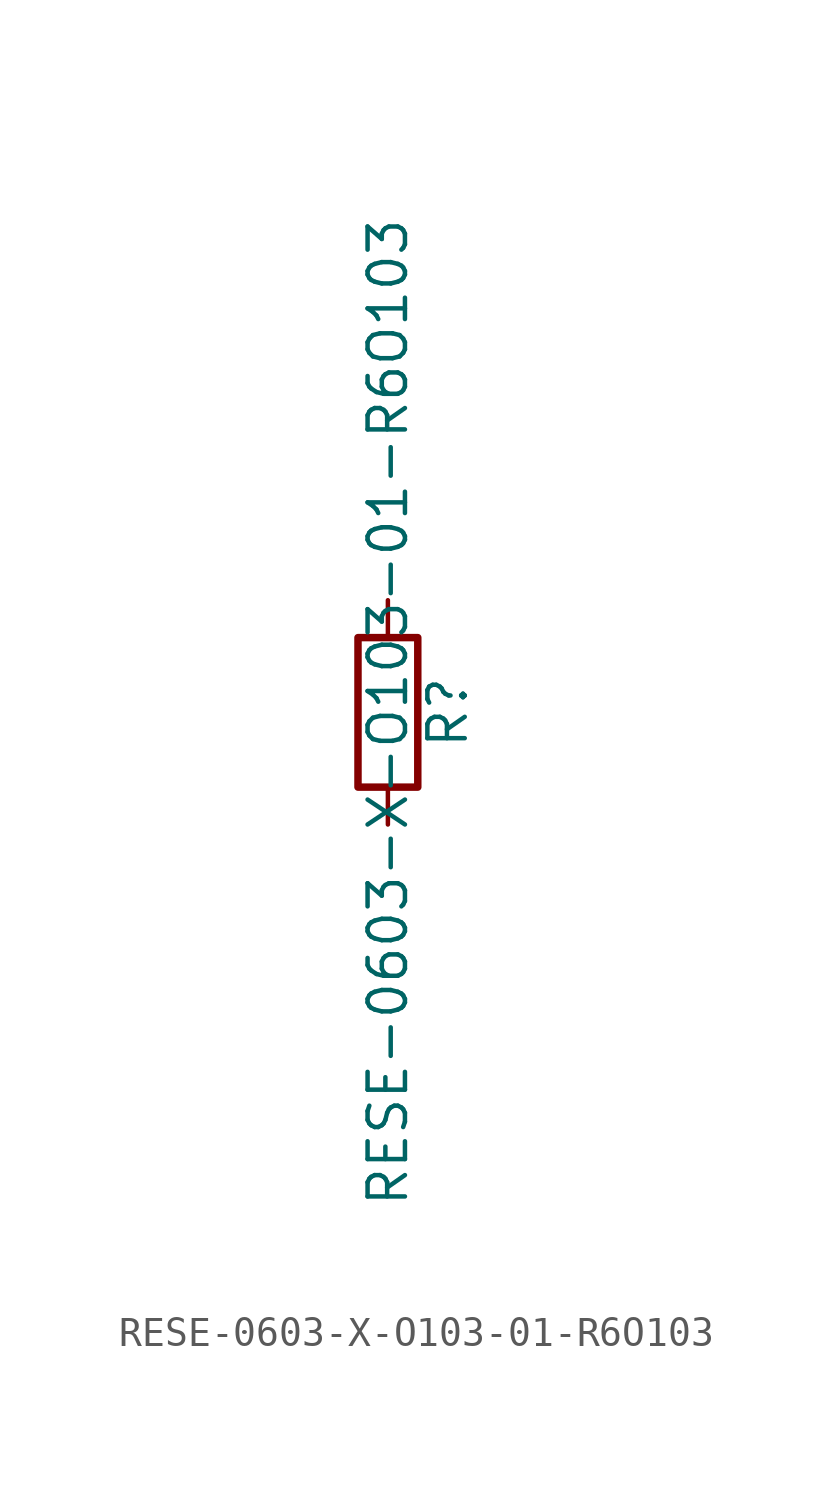
<source format=kicad_sym>
(kicad_symbol_lib
  (version 20211014)
  (generator kicad_symbol_editor)
  (symbol "RESE-0603-X-O103-01-R6O103"
    (pin_numbers hide)
    (pin_names
      (offset 0))
    (property "Reference" "R"
      (at 2.032 0 90)
      (effects (font (size 1.27 1.27))))
    (property "Value" "RESE-0603-X-O103-01-R6O103"
      (at 0 0 90)
      (effects (font (size 1.27 1.27))))
    (symbol "RESE-0603-X-O103-01-R6O103_0_1"
      (rectangle (start -1.016 -2.54) (end 1.016 2.54) (stroke (width 0.254) (type default) (color 0 0 0 0)) (fill (type none))))
    (symbol "RESE-0603-X-O103-01-R6O103_1_1"
      (pin passive line (at 0 3.81 270) (length 1.27) (name "~" (effects (font (size 1.27 1.27)))) (number "1" (effects (font (size 1.27 1.27)))))
      (pin passive line (at 0 -3.81 90) (length 1.27) (name "~" (effects (font (size 1.27 1.27)))) (number "2" (effects (font (size 1.27 1.27))))))))
</source>
